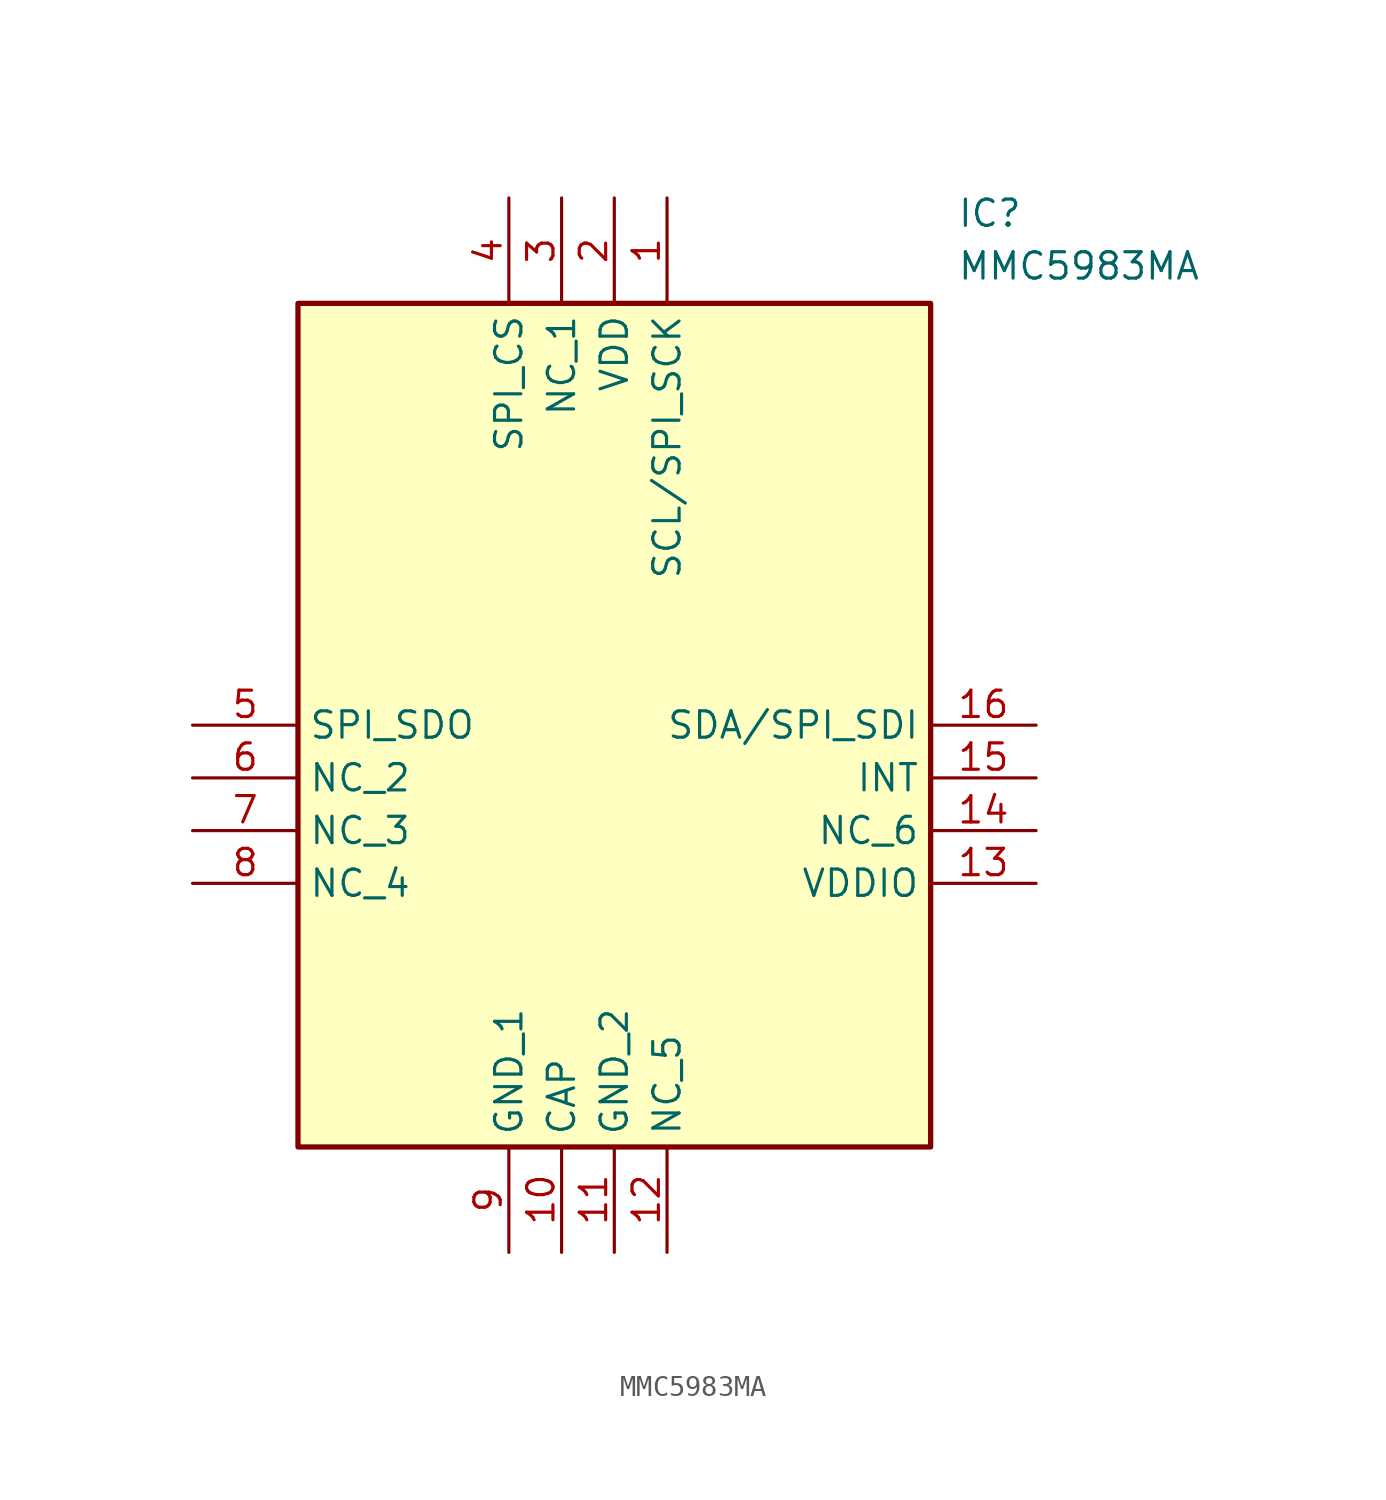
<source format=kicad_sym>
(kicad_symbol_lib
  (version 20211014)
  (generator SamacSys_ECAD_Model)
  (symbol "MMC5983MA"
    (property "Reference" "IC"
      (at 36.83 25.4 0)
      (effects (font (size 1.27 1.27)) (justify left top)))
    (property "Value" "MMC5983MA"
      (at 36.83 22.86 0)
      (effects (font (size 1.27 1.27)) (justify left top)))
    (rectangle
      (start 5.08 20.32)
      (end 35.56 -20.32)
      (stroke (width 0.254) (type default))
      (fill (type background)))
    (pin passive line
      (at 22.86 25.4 270)
      (length 5.08)
      (name "SCL/SPI_SCK" (effects (font (size 1.27 1.27))))
      (number "1" (effects (font (size 1.27 1.27)))))
    (pin passive line
      (at 20.32 25.4 270)
      (length 5.08)
      (name "VDD" (effects (font (size 1.27 1.27))))
      (number "2" (effects (font (size 1.27 1.27)))))
    (pin passive line
      (at 17.78 25.4 270)
      (length 5.08)
      (name "NC_1" (effects (font (size 1.27 1.27))))
      (number "3" (effects (font (size 1.27 1.27)))))
    (pin passive line
      (at 15.24 25.4 270)
      (length 5.08)
      (name "SPI_CS" (effects (font (size 1.27 1.27))))
      (number "4" (effects (font (size 1.27 1.27)))))
    (pin passive line
      (at 0 0 0)
      (length 5.08)
      (name "SPI_SDO" (effects (font (size 1.27 1.27))))
      (number "5" (effects (font (size 1.27 1.27)))))
    (pin passive line
      (at 0 -2.54 0)
      (length 5.08)
      (name "NC_2" (effects (font (size 1.27 1.27))))
      (number "6" (effects (font (size 1.27 1.27)))))
    (pin passive line
      (at 0 -5.08 0)
      (length 5.08)
      (name "NC_3" (effects (font (size 1.27 1.27))))
      (number "7" (effects (font (size 1.27 1.27)))))
    (pin passive line
      (at 0 -7.62 0)
      (length 5.08)
      (name "NC_4" (effects (font (size 1.27 1.27))))
      (number "8" (effects (font (size 1.27 1.27)))))
    (pin passive line
      (at 15.24 -25.4 90)
      (length 5.08)
      (name "GND_1" (effects (font (size 1.27 1.27))))
      (number "9" (effects (font (size 1.27 1.27)))))
    (pin passive line
      (at 17.78 -25.4 90)
      (length 5.08)
      (name "CAP" (effects (font (size 1.27 1.27))))
      (number "10" (effects (font (size 1.27 1.27)))))
    (pin passive line
      (at 20.32 -25.4 90)
      (length 5.08)
      (name "GND_2" (effects (font (size 1.27 1.27))))
      (number "11" (effects (font (size 1.27 1.27)))))
    (pin passive line
      (at 22.86 -25.4 90)
      (length 5.08)
      (name "NC_5" (effects (font (size 1.27 1.27))))
      (number "12" (effects (font (size 1.27 1.27)))))
    (pin passive line
      (at 40.64 -7.62 180)
      (length 5.08)
      (name "VDDIO" (effects (font (size 1.27 1.27))))
      (number "13" (effects (font (size 1.27 1.27)))))
    (pin passive line
      (at 40.64 -5.08 180)
      (length 5.08)
      (name "NC_6" (effects (font (size 1.27 1.27))))
      (number "14" (effects (font (size 1.27 1.27)))))
    (pin passive line
      (at 40.64 -2.54 180)
      (length 5.08)
      (name "INT" (effects (font (size 1.27 1.27))))
      (number "15" (effects (font (size 1.27 1.27)))))
    (pin passive line
      (at 40.64 0 180)
      (length 5.08)
      (name "SDA/SPI_SDI" (effects (font (size 1.27 1.27))))
      (number "16" (effects (font (size 1.27 1.27)))))))
</source>
